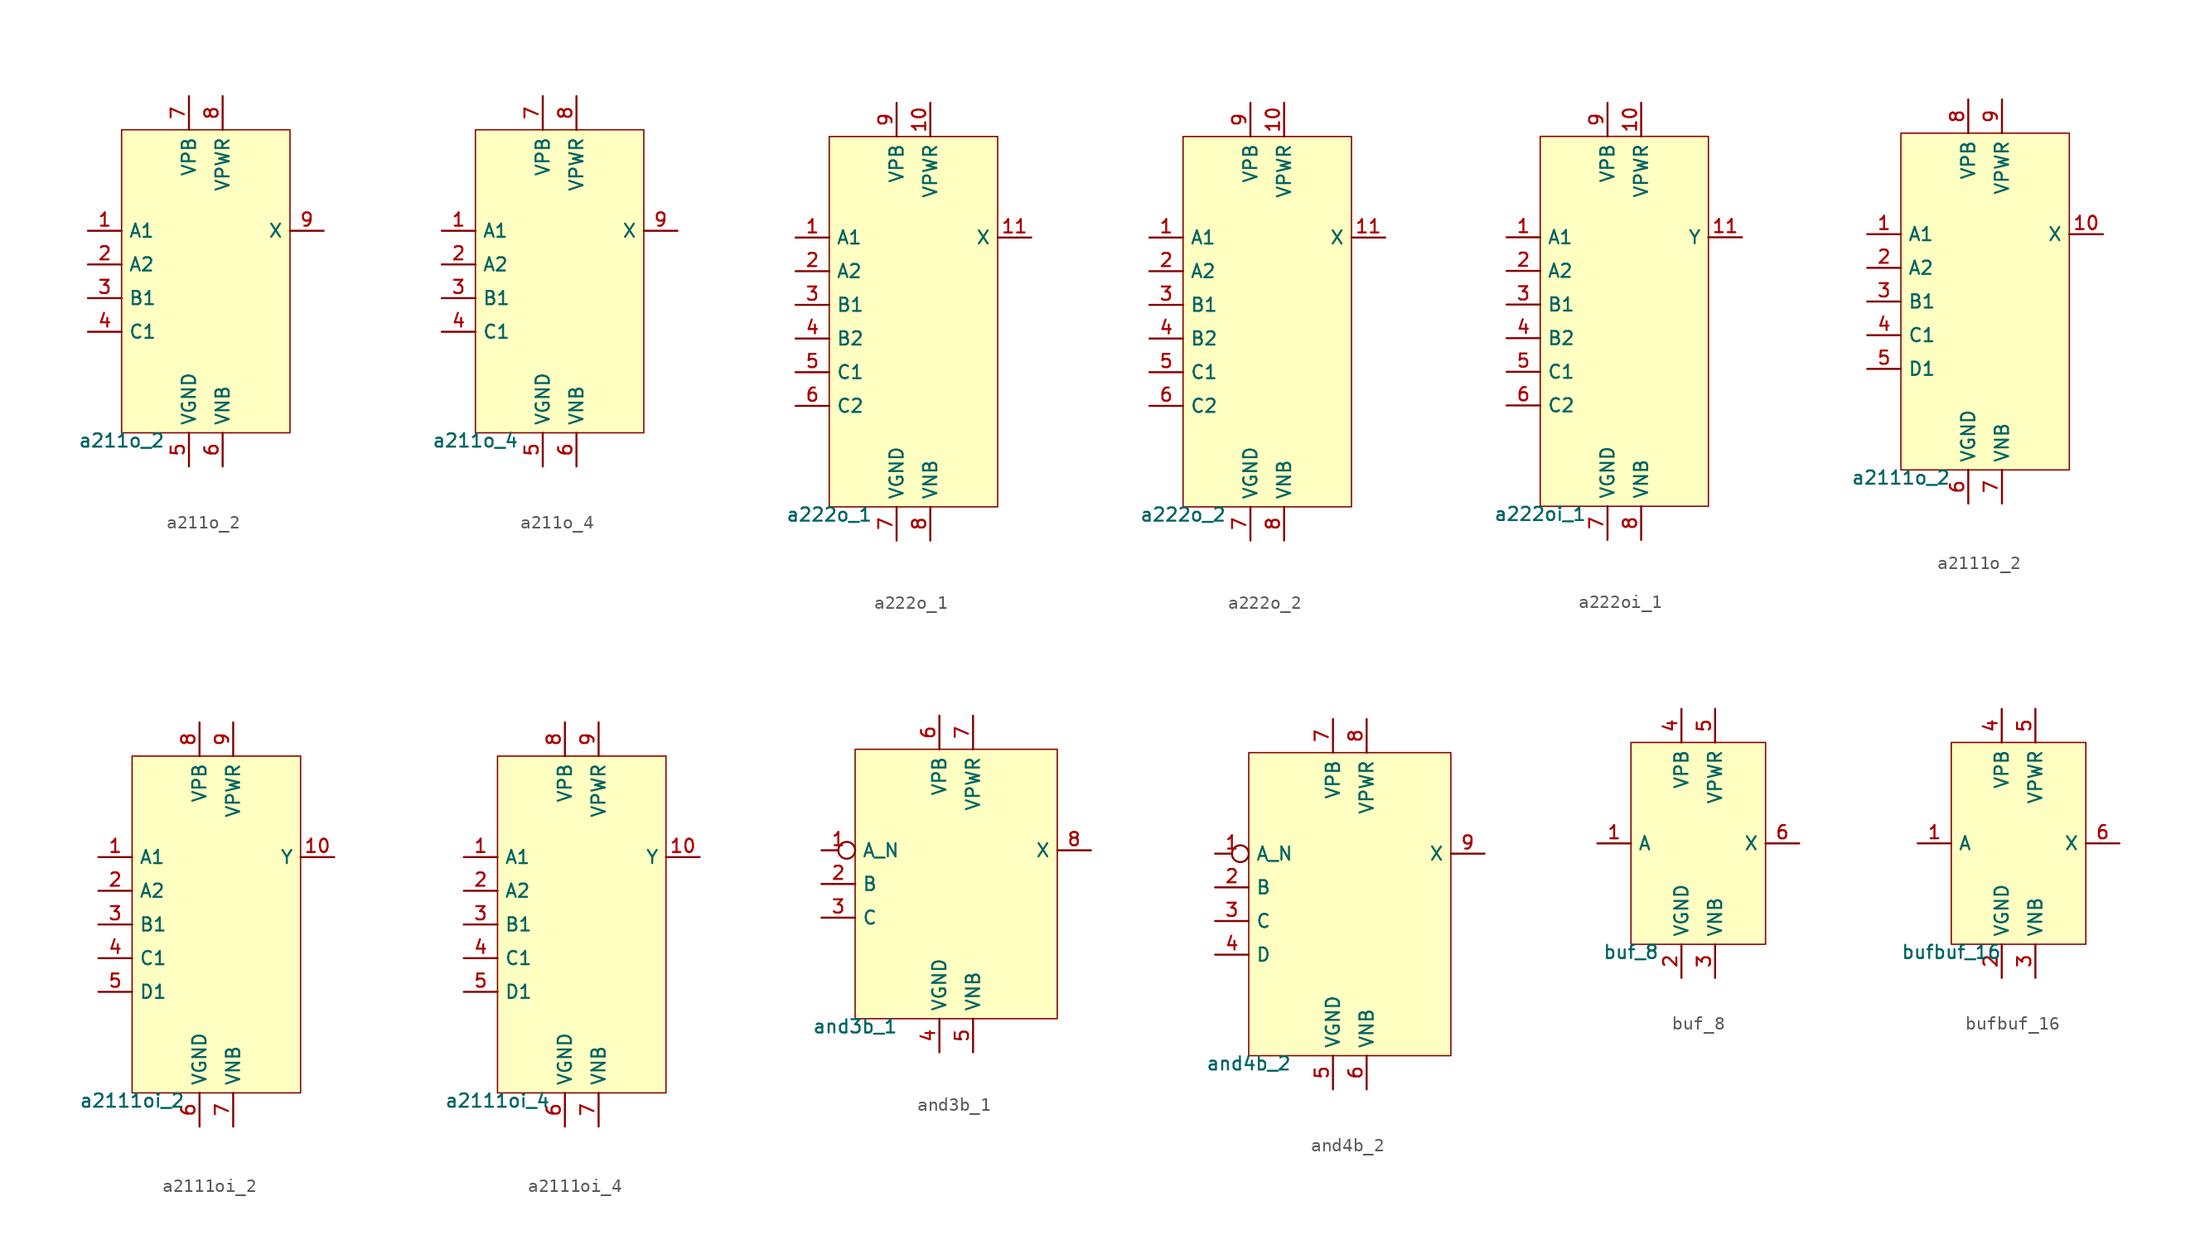
<source format=kicad_sym>
(kicad_symbol_lib
  (version 20211014)
  (generator pdk2kicad)
  (symbol "a211o_2"
    (property "Reference" "X"
      (at 0 0 0)
      (effects (font (size 1 1)) hide))
    (property "Value" "a211o_2"
      (at -6.35 -11.43 0)
      (effects (font (size 1 1)) (justify top)))
    (rectangle
      (start -6.35 -11.43)
      (end 6.35 11.43)
      (stroke (width 0.1) (type solid) (color 0 0 0 0))
      (fill (type background)))
    (pin input line
      (at -8.89 3.81 0)
      (length 2.54)
      (name "A1" (effects (font (size 1 1)) hide))
      (number "1" (effects (font (size 1 1)) hide)))
    (pin input line
      (at -8.89 1.27 0)
      (length 2.54)
      (name "A2" (effects (font (size 1 1)) hide))
      (number "2" (effects (font (size 1 1)) hide)))
    (pin input line
      (at -8.89 -1.27 0)
      (length 2.54)
      (name "B1" (effects (font (size 1 1)) hide))
      (number "3" (effects (font (size 1 1)) hide)))
    (pin input line
      (at -8.89 -3.81 0)
      (length 2.54)
      (name "C1" (effects (font (size 1 1)) hide))
      (number "4" (effects (font (size 1 1)) hide)))
    (pin power_in line
      (at -1.27 -13.97 90)
      (length 2.54)
      (name "VGND" (effects (font (size 1 1)) hide))
      (number "5" (effects (font (size 1 1)) hide)))
    (pin power_in line
      (at 1.27 -13.97 90)
      (length 2.54)
      (name "VNB" (effects (font (size 1 1)) hide))
      (number "6" (effects (font (size 1 1)) hide)))
    (pin power_in line
      (at -1.27 13.97 270)
      (length 2.54)
      (name "VPB" (effects (font (size 1 1)) hide))
      (number "7" (effects (font (size 1 1)) hide)))
    (pin power_in line
      (at 1.27 13.97 270)
      (length 2.54)
      (name "VPWR" (effects (font (size 1 1)) hide))
      (number "8" (effects (font (size 1 1)) hide)))
    (pin output line
      (at 8.89 3.81 180)
      (length 2.54)
      (name "X" (effects (font (size 1 1)) hide))
      (number "9" (effects (font (size 1 1)) hide))))
  (symbol "a211o_4"
    (property "Reference" "X"
      (at 0 0 0)
      (effects (font (size 1 1)) hide))
    (property "Value" "a211o_4"
      (at -6.35 -11.43 0)
      (effects (font (size 1 1)) (justify top)))
    (rectangle
      (start -6.35 -11.43)
      (end 6.35 11.43)
      (stroke (width 0.1) (type solid) (color 0 0 0 0))
      (fill (type background)))
    (pin input line
      (at -8.89 3.81 0)
      (length 2.54)
      (name "A1" (effects (font (size 1 1)) hide))
      (number "1" (effects (font (size 1 1)) hide)))
    (pin input line
      (at -8.89 1.27 0)
      (length 2.54)
      (name "A2" (effects (font (size 1 1)) hide))
      (number "2" (effects (font (size 1 1)) hide)))
    (pin input line
      (at -8.89 -1.27 0)
      (length 2.54)
      (name "B1" (effects (font (size 1 1)) hide))
      (number "3" (effects (font (size 1 1)) hide)))
    (pin input line
      (at -8.89 -3.81 0)
      (length 2.54)
      (name "C1" (effects (font (size 1 1)) hide))
      (number "4" (effects (font (size 1 1)) hide)))
    (pin power_in line
      (at -1.27 -13.97 90)
      (length 2.54)
      (name "VGND" (effects (font (size 1 1)) hide))
      (number "5" (effects (font (size 1 1)) hide)))
    (pin power_in line
      (at 1.27 -13.97 90)
      (length 2.54)
      (name "VNB" (effects (font (size 1 1)) hide))
      (number "6" (effects (font (size 1 1)) hide)))
    (pin power_in line
      (at -1.27 13.97 270)
      (length 2.54)
      (name "VPB" (effects (font (size 1 1)) hide))
      (number "7" (effects (font (size 1 1)) hide)))
    (pin power_in line
      (at 1.27 13.97 270)
      (length 2.54)
      (name "VPWR" (effects (font (size 1 1)) hide))
      (number "8" (effects (font (size 1 1)) hide)))
    (pin output line
      (at 8.89 3.81 180)
      (length 2.54)
      (name "X" (effects (font (size 1 1)) hide))
      (number "9" (effects (font (size 1 1)) hide))))
  (symbol "a222o_1"
    (property "Reference" "X"
      (at 0 0 0)
      (effects (font (size 1 1)) hide))
    (property "Value" "a222o_1"
      (at -6.35 -13.97 0)
      (effects (font (size 1 1)) (justify top)))
    (rectangle
      (start -6.35 -13.97)
      (end 6.35 13.97)
      (stroke (width 0.1) (type solid) (color 0 0 0 0))
      (fill (type background)))
    (pin input line
      (at -8.89 6.35 0)
      (length 2.54)
      (name "A1" (effects (font (size 1 1)) hide))
      (number "1" (effects (font (size 1 1)) hide)))
    (pin input line
      (at -8.89 3.81 0)
      (length 2.54)
      (name "A2" (effects (font (size 1 1)) hide))
      (number "2" (effects (font (size 1 1)) hide)))
    (pin input line
      (at -8.89 1.27 0)
      (length 2.54)
      (name "B1" (effects (font (size 1 1)) hide))
      (number "3" (effects (font (size 1 1)) hide)))
    (pin input line
      (at -8.89 -1.27 0)
      (length 2.54)
      (name "B2" (effects (font (size 1 1)) hide))
      (number "4" (effects (font (size 1 1)) hide)))
    (pin input line
      (at -8.89 -3.81 0)
      (length 2.54)
      (name "C1" (effects (font (size 1 1)) hide))
      (number "5" (effects (font (size 1 1)) hide)))
    (pin input line
      (at -8.89 -6.35 0)
      (length 2.54)
      (name "C2" (effects (font (size 1 1)) hide))
      (number "6" (effects (font (size 1 1)) hide)))
    (pin power_in line
      (at -1.27 -16.51 90)
      (length 2.54)
      (name "VGND" (effects (font (size 1 1)) hide))
      (number "7" (effects (font (size 1 1)) hide)))
    (pin power_in line
      (at 1.27 -16.51 90)
      (length 2.54)
      (name "VNB" (effects (font (size 1 1)) hide))
      (number "8" (effects (font (size 1 1)) hide)))
    (pin power_in line
      (at -1.27 16.51 270)
      (length 2.54)
      (name "VPB" (effects (font (size 1 1)) hide))
      (number "9" (effects (font (size 1 1)) hide)))
    (pin power_in line
      (at 1.27 16.51 270)
      (length 2.54)
      (name "VPWR" (effects (font (size 1 1)) hide))
      (number "10" (effects (font (size 1 1)) hide)))
    (pin output line
      (at 8.89 6.35 180)
      (length 2.54)
      (name "X" (effects (font (size 1 1)) hide))
      (number "11" (effects (font (size 1 1)) hide))))
  (symbol "a222o_2"
    (property "Reference" "X"
      (at 0 0 0)
      (effects (font (size 1 1)) hide))
    (property "Value" "a222o_2"
      (at -6.35 -13.97 0)
      (effects (font (size 1 1)) (justify top)))
    (rectangle
      (start -6.35 -13.97)
      (end 6.35 13.97)
      (stroke (width 0.1) (type solid) (color 0 0 0 0))
      (fill (type background)))
    (pin input line
      (at -8.89 6.35 0)
      (length 2.54)
      (name "A1" (effects (font (size 1 1)) hide))
      (number "1" (effects (font (size 1 1)) hide)))
    (pin input line
      (at -8.89 3.81 0)
      (length 2.54)
      (name "A2" (effects (font (size 1 1)) hide))
      (number "2" (effects (font (size 1 1)) hide)))
    (pin input line
      (at -8.89 1.27 0)
      (length 2.54)
      (name "B1" (effects (font (size 1 1)) hide))
      (number "3" (effects (font (size 1 1)) hide)))
    (pin input line
      (at -8.89 -1.27 0)
      (length 2.54)
      (name "B2" (effects (font (size 1 1)) hide))
      (number "4" (effects (font (size 1 1)) hide)))
    (pin input line
      (at -8.89 -3.81 0)
      (length 2.54)
      (name "C1" (effects (font (size 1 1)) hide))
      (number "5" (effects (font (size 1 1)) hide)))
    (pin input line
      (at -8.89 -6.35 0)
      (length 2.54)
      (name "C2" (effects (font (size 1 1)) hide))
      (number "6" (effects (font (size 1 1)) hide)))
    (pin power_in line
      (at -1.27 -16.51 90)
      (length 2.54)
      (name "VGND" (effects (font (size 1 1)) hide))
      (number "7" (effects (font (size 1 1)) hide)))
    (pin power_in line
      (at 1.27 -16.51 90)
      (length 2.54)
      (name "VNB" (effects (font (size 1 1)) hide))
      (number "8" (effects (font (size 1 1)) hide)))
    (pin power_in line
      (at -1.27 16.51 270)
      (length 2.54)
      (name "VPB" (effects (font (size 1 1)) hide))
      (number "9" (effects (font (size 1 1)) hide)))
    (pin power_in line
      (at 1.27 16.51 270)
      (length 2.54)
      (name "VPWR" (effects (font (size 1 1)) hide))
      (number "10" (effects (font (size 1 1)) hide)))
    (pin output line
      (at 8.89 6.35 180)
      (length 2.54)
      (name "X" (effects (font (size 1 1)) hide))
      (number "11" (effects (font (size 1 1)) hide))))
  (symbol "a222oi_1"
    (property "Reference" "X"
      (at 0 0 0)
      (effects (font (size 1 1)) hide))
    (property "Value" "a222oi_1"
      (at -6.35 -13.97 0)
      (effects (font (size 1 1)) (justify top)))
    (rectangle
      (start -6.35 -13.97)
      (end 6.35 13.97)
      (stroke (width 0.1) (type solid) (color 0 0 0 0))
      (fill (type background)))
    (pin input line
      (at -8.89 6.35 0)
      (length 2.54)
      (name "A1" (effects (font (size 1 1)) hide))
      (number "1" (effects (font (size 1 1)) hide)))
    (pin input line
      (at -8.89 3.81 0)
      (length 2.54)
      (name "A2" (effects (font (size 1 1)) hide))
      (number "2" (effects (font (size 1 1)) hide)))
    (pin input line
      (at -8.89 1.27 0)
      (length 2.54)
      (name "B1" (effects (font (size 1 1)) hide))
      (number "3" (effects (font (size 1 1)) hide)))
    (pin input line
      (at -8.89 -1.27 0)
      (length 2.54)
      (name "B2" (effects (font (size 1 1)) hide))
      (number "4" (effects (font (size 1 1)) hide)))
    (pin input line
      (at -8.89 -3.81 0)
      (length 2.54)
      (name "C1" (effects (font (size 1 1)) hide))
      (number "5" (effects (font (size 1 1)) hide)))
    (pin input line
      (at -8.89 -6.35 0)
      (length 2.54)
      (name "C2" (effects (font (size 1 1)) hide))
      (number "6" (effects (font (size 1 1)) hide)))
    (pin power_in line
      (at -1.27 -16.51 90)
      (length 2.54)
      (name "VGND" (effects (font (size 1 1)) hide))
      (number "7" (effects (font (size 1 1)) hide)))
    (pin power_in line
      (at 1.27 -16.51 90)
      (length 2.54)
      (name "VNB" (effects (font (size 1 1)) hide))
      (number "8" (effects (font (size 1 1)) hide)))
    (pin power_in line
      (at -1.27 16.51 270)
      (length 2.54)
      (name "VPB" (effects (font (size 1 1)) hide))
      (number "9" (effects (font (size 1 1)) hide)))
    (pin power_in line
      (at 1.27 16.51 270)
      (length 2.54)
      (name "VPWR" (effects (font (size 1 1)) hide))
      (number "10" (effects (font (size 1 1)) hide)))
    (pin output line
      (at 8.89 6.35 180)
      (length 2.54)
      (name "Y" (effects (font (size 1 1)) hide))
      (number "11" (effects (font (size 1 1)) hide))))
  (symbol "a2111o_2"
    (property "Reference" "X"
      (at 0 0 0)
      (effects (font (size 1 1)) hide))
    (property "Value" "a2111o_2"
      (at -6.35 -12.7 0)
      (effects (font (size 1 1)) (justify top)))
    (rectangle
      (start -6.35 -12.7)
      (end 6.35 12.7)
      (stroke (width 0.1) (type solid) (color 0 0 0 0))
      (fill (type background)))
    (pin input line
      (at -8.89 5.08 0)
      (length 2.54)
      (name "A1" (effects (font (size 1 1)) hide))
      (number "1" (effects (font (size 1 1)) hide)))
    (pin input line
      (at -8.89 2.54 0)
      (length 2.54)
      (name "A2" (effects (font (size 1 1)) hide))
      (number "2" (effects (font (size 1 1)) hide)))
    (pin input line
      (at -8.89 -8.881784197001252e-16 0)
      (length 2.54)
      (name "B1" (effects (font (size 1 1)) hide))
      (number "3" (effects (font (size 1 1)) hide)))
    (pin input line
      (at -8.89 -2.54 0)
      (length 2.54)
      (name "C1" (effects (font (size 1 1)) hide))
      (number "4" (effects (font (size 1 1)) hide)))
    (pin input line
      (at -8.89 -5.08 0)
      (length 2.54)
      (name "D1" (effects (font (size 1 1)) hide))
      (number "5" (effects (font (size 1 1)) hide)))
    (pin power_in line
      (at -1.27 -15.24 90)
      (length 2.54)
      (name "VGND" (effects (font (size 1 1)) hide))
      (number "6" (effects (font (size 1 1)) hide)))
    (pin power_in line
      (at 1.27 -15.24 90)
      (length 2.54)
      (name "VNB" (effects (font (size 1 1)) hide))
      (number "7" (effects (font (size 1 1)) hide)))
    (pin power_in line
      (at -1.27 15.24 270)
      (length 2.54)
      (name "VPB" (effects (font (size 1 1)) hide))
      (number "8" (effects (font (size 1 1)) hide)))
    (pin power_in line
      (at 1.27 15.24 270)
      (length 2.54)
      (name "VPWR" (effects (font (size 1 1)) hide))
      (number "9" (effects (font (size 1 1)) hide)))
    (pin output line
      (at 8.89 5.08 180)
      (length 2.54)
      (name "X" (effects (font (size 1 1)) hide))
      (number "10" (effects (font (size 1 1)) hide))))
  (symbol "a2111oi_2"
    (property "Reference" "X"
      (at 0 0 0)
      (effects (font (size 1 1)) hide))
    (property "Value" "a2111oi_2"
      (at -6.35 -12.7 0)
      (effects (font (size 1 1)) (justify top)))
    (rectangle
      (start -6.35 -12.7)
      (end 6.35 12.7)
      (stroke (width 0.1) (type solid) (color 0 0 0 0))
      (fill (type background)))
    (pin input line
      (at -8.89 5.08 0)
      (length 2.54)
      (name "A1" (effects (font (size 1 1)) hide))
      (number "1" (effects (font (size 1 1)) hide)))
    (pin input line
      (at -8.89 2.54 0)
      (length 2.54)
      (name "A2" (effects (font (size 1 1)) hide))
      (number "2" (effects (font (size 1 1)) hide)))
    (pin input line
      (at -8.89 -8.881784197001252e-16 0)
      (length 2.54)
      (name "B1" (effects (font (size 1 1)) hide))
      (number "3" (effects (font (size 1 1)) hide)))
    (pin input line
      (at -8.89 -2.54 0)
      (length 2.54)
      (name "C1" (effects (font (size 1 1)) hide))
      (number "4" (effects (font (size 1 1)) hide)))
    (pin input line
      (at -8.89 -5.08 0)
      (length 2.54)
      (name "D1" (effects (font (size 1 1)) hide))
      (number "5" (effects (font (size 1 1)) hide)))
    (pin power_in line
      (at -1.27 -15.24 90)
      (length 2.54)
      (name "VGND" (effects (font (size 1 1)) hide))
      (number "6" (effects (font (size 1 1)) hide)))
    (pin power_in line
      (at 1.27 -15.24 90)
      (length 2.54)
      (name "VNB" (effects (font (size 1 1)) hide))
      (number "7" (effects (font (size 1 1)) hide)))
    (pin power_in line
      (at -1.27 15.24 270)
      (length 2.54)
      (name "VPB" (effects (font (size 1 1)) hide))
      (number "8" (effects (font (size 1 1)) hide)))
    (pin power_in line
      (at 1.27 15.24 270)
      (length 2.54)
      (name "VPWR" (effects (font (size 1 1)) hide))
      (number "9" (effects (font (size 1 1)) hide)))
    (pin output line
      (at 8.89 5.08 180)
      (length 2.54)
      (name "Y" (effects (font (size 1 1)) hide))
      (number "10" (effects (font (size 1 1)) hide))))
  (symbol "a2111oi_4"
    (property "Reference" "X"
      (at 0 0 0)
      (effects (font (size 1 1)) hide))
    (property "Value" "a2111oi_4"
      (at -6.35 -12.7 0)
      (effects (font (size 1 1)) (justify top)))
    (rectangle
      (start -6.35 -12.7)
      (end 6.35 12.7)
      (stroke (width 0.1) (type solid) (color 0 0 0 0))
      (fill (type background)))
    (pin input line
      (at -8.89 5.08 0)
      (length 2.54)
      (name "A1" (effects (font (size 1 1)) hide))
      (number "1" (effects (font (size 1 1)) hide)))
    (pin input line
      (at -8.89 2.54 0)
      (length 2.54)
      (name "A2" (effects (font (size 1 1)) hide))
      (number "2" (effects (font (size 1 1)) hide)))
    (pin input line
      (at -8.89 -8.881784197001252e-16 0)
      (length 2.54)
      (name "B1" (effects (font (size 1 1)) hide))
      (number "3" (effects (font (size 1 1)) hide)))
    (pin input line
      (at -8.89 -2.54 0)
      (length 2.54)
      (name "C1" (effects (font (size 1 1)) hide))
      (number "4" (effects (font (size 1 1)) hide)))
    (pin input line
      (at -8.89 -5.08 0)
      (length 2.54)
      (name "D1" (effects (font (size 1 1)) hide))
      (number "5" (effects (font (size 1 1)) hide)))
    (pin power_in line
      (at -1.27 -15.24 90)
      (length 2.54)
      (name "VGND" (effects (font (size 1 1)) hide))
      (number "6" (effects (font (size 1 1)) hide)))
    (pin power_in line
      (at 1.27 -15.24 90)
      (length 2.54)
      (name "VNB" (effects (font (size 1 1)) hide))
      (number "7" (effects (font (size 1 1)) hide)))
    (pin power_in line
      (at -1.27 15.24 270)
      (length 2.54)
      (name "VPB" (effects (font (size 1 1)) hide))
      (number "8" (effects (font (size 1 1)) hide)))
    (pin power_in line
      (at 1.27 15.24 270)
      (length 2.54)
      (name "VPWR" (effects (font (size 1 1)) hide))
      (number "9" (effects (font (size 1 1)) hide)))
    (pin output line
      (at 8.89 5.08 180)
      (length 2.54)
      (name "Y" (effects (font (size 1 1)) hide))
      (number "10" (effects (font (size 1 1)) hide))))
  (symbol "and3b_1"
    (property "Reference" "X"
      (at 0 0 0)
      (effects (font (size 1 1)) hide))
    (property "Value" "and3b_1"
      (at -7.62 -10.16 0)
      (effects (font (size 1 1)) (justify top)))
    (rectangle
      (start -7.62 -10.16)
      (end 7.62 10.16)
      (stroke (width 0.1) (type solid) (color 0 0 0 0))
      (fill (type background)))
    (pin input inverted
      (at -10.16 2.54 0)
      (length 2.54)
      (name "A_N" (effects (font (size 1 1)) hide))
      (number "1" (effects (font (size 1 1)) hide)))
    (pin input line
      (at -10.16 0.0 0)
      (length 2.54)
      (name "B" (effects (font (size 1 1)) hide))
      (number "2" (effects (font (size 1 1)) hide)))
    (pin input line
      (at -10.16 -2.54 0)
      (length 2.54)
      (name "C" (effects (font (size 1 1)) hide))
      (number "3" (effects (font (size 1 1)) hide)))
    (pin power_in line
      (at -1.27 -12.7 90)
      (length 2.54)
      (name "VGND" (effects (font (size 1 1)) hide))
      (number "4" (effects (font (size 1 1)) hide)))
    (pin power_in line
      (at 1.27 -12.7 90)
      (length 2.54)
      (name "VNB" (effects (font (size 1 1)) hide))
      (number "5" (effects (font (size 1 1)) hide)))
    (pin power_in line
      (at -1.27 12.7 270)
      (length 2.54)
      (name "VPB" (effects (font (size 1 1)) hide))
      (number "6" (effects (font (size 1 1)) hide)))
    (pin power_in line
      (at 1.27 12.7 270)
      (length 2.54)
      (name "VPWR" (effects (font (size 1 1)) hide))
      (number "7" (effects (font (size 1 1)) hide)))
    (pin output line
      (at 10.16 2.54 180)
      (length 2.54)
      (name "X" (effects (font (size 1 1)) hide))
      (number "8" (effects (font (size 1 1)) hide))))
  (symbol "and4b_2"
    (property "Reference" "X"
      (at 0 0 0)
      (effects (font (size 1 1)) hide))
    (property "Value" "and4b_2"
      (at -7.62 -11.43 0)
      (effects (font (size 1 1)) (justify top)))
    (rectangle
      (start -7.62 -11.43)
      (end 7.62 11.43)
      (stroke (width 0.1) (type solid) (color 0 0 0 0))
      (fill (type background)))
    (pin input inverted
      (at -10.16 3.81 0)
      (length 2.54)
      (name "A_N" (effects (font (size 1 1)) hide))
      (number "1" (effects (font (size 1 1)) hide)))
    (pin input line
      (at -10.16 1.27 0)
      (length 2.54)
      (name "B" (effects (font (size 1 1)) hide))
      (number "2" (effects (font (size 1 1)) hide)))
    (pin input line
      (at -10.16 -1.27 0)
      (length 2.54)
      (name "C" (effects (font (size 1 1)) hide))
      (number "3" (effects (font (size 1 1)) hide)))
    (pin input line
      (at -10.16 -3.81 0)
      (length 2.54)
      (name "D" (effects (font (size 1 1)) hide))
      (number "4" (effects (font (size 1 1)) hide)))
    (pin power_in line
      (at -1.27 -13.97 90)
      (length 2.54)
      (name "VGND" (effects (font (size 1 1)) hide))
      (number "5" (effects (font (size 1 1)) hide)))
    (pin power_in line
      (at 1.27 -13.97 90)
      (length 2.54)
      (name "VNB" (effects (font (size 1 1)) hide))
      (number "6" (effects (font (size 1 1)) hide)))
    (pin power_in line
      (at -1.27 13.97 270)
      (length 2.54)
      (name "VPB" (effects (font (size 1 1)) hide))
      (number "7" (effects (font (size 1 1)) hide)))
    (pin power_in line
      (at 1.27 13.97 270)
      (length 2.54)
      (name "VPWR" (effects (font (size 1 1)) hide))
      (number "8" (effects (font (size 1 1)) hide)))
    (pin output line
      (at 10.16 3.81 180)
      (length 2.54)
      (name "X" (effects (font (size 1 1)) hide))
      (number "9" (effects (font (size 1 1)) hide))))
  (symbol "buf_8"
    (property "Reference" "X"
      (at 0 0 0)
      (effects (font (size 1 1)) hide))
    (property "Value" "buf_8"
      (at -5.08 -7.62 0)
      (effects (font (size 1 1)) (justify top)))
    (rectangle
      (start -5.08 -7.62)
      (end 5.08 7.62)
      (stroke (width 0.1) (type solid) (color 0 0 0 0))
      (fill (type background)))
    (pin input line
      (at -7.62 0.0 0)
      (length 2.54)
      (name "A" (effects (font (size 1 1)) hide))
      (number "1" (effects (font (size 1 1)) hide)))
    (pin power_in line
      (at -1.27 -10.16 90)
      (length 2.54)
      (name "VGND" (effects (font (size 1 1)) hide))
      (number "2" (effects (font (size 1 1)) hide)))
    (pin power_in line
      (at 1.27 -10.16 90)
      (length 2.54)
      (name "VNB" (effects (font (size 1 1)) hide))
      (number "3" (effects (font (size 1 1)) hide)))
    (pin power_in line
      (at -1.27 10.16 270)
      (length 2.54)
      (name "VPB" (effects (font (size 1 1)) hide))
      (number "4" (effects (font (size 1 1)) hide)))
    (pin power_in line
      (at 1.27 10.16 270)
      (length 2.54)
      (name "VPWR" (effects (font (size 1 1)) hide))
      (number "5" (effects (font (size 1 1)) hide)))
    (pin output line
      (at 7.62 0.0 180)
      (length 2.54)
      (name "X" (effects (font (size 1 1)) hide))
      (number "6" (effects (font (size 1 1)) hide))))
  (symbol "bufbuf_16"
    (property "Reference" "X"
      (at 0 0 0)
      (effects (font (size 1 1)) hide))
    (property "Value" "bufbuf_16"
      (at -5.08 -7.62 0)
      (effects (font (size 1 1)) (justify top)))
    (rectangle
      (start -5.08 -7.62)
      (end 5.08 7.62)
      (stroke (width 0.1) (type solid) (color 0 0 0 0))
      (fill (type background)))
    (pin input line
      (at -7.62 0.0 0)
      (length 2.54)
      (name "A" (effects (font (size 1 1)) hide))
      (number "1" (effects (font (size 1 1)) hide)))
    (pin power_in line
      (at -1.27 -10.16 90)
      (length 2.54)
      (name "VGND" (effects (font (size 1 1)) hide))
      (number "2" (effects (font (size 1 1)) hide)))
    (pin power_in line
      (at 1.27 -10.16 90)
      (length 2.54)
      (name "VNB" (effects (font (size 1 1)) hide))
      (number "3" (effects (font (size 1 1)) hide)))
    (pin power_in line
      (at -1.27 10.16 270)
      (length 2.54)
      (name "VPB" (effects (font (size 1 1)) hide))
      (number "4" (effects (font (size 1 1)) hide)))
    (pin power_in line
      (at 1.27 10.16 270)
      (length 2.54)
      (name "VPWR" (effects (font (size 1 1)) hide))
      (number "5" (effects (font (size 1 1)) hide)))
    (pin output line
      (at 7.62 0.0 180)
      (length 2.54)
      (name "X" (effects (font (size 1 1)) hide))
      (number "6" (effects (font (size 1 1)) hide)))))
</source>
